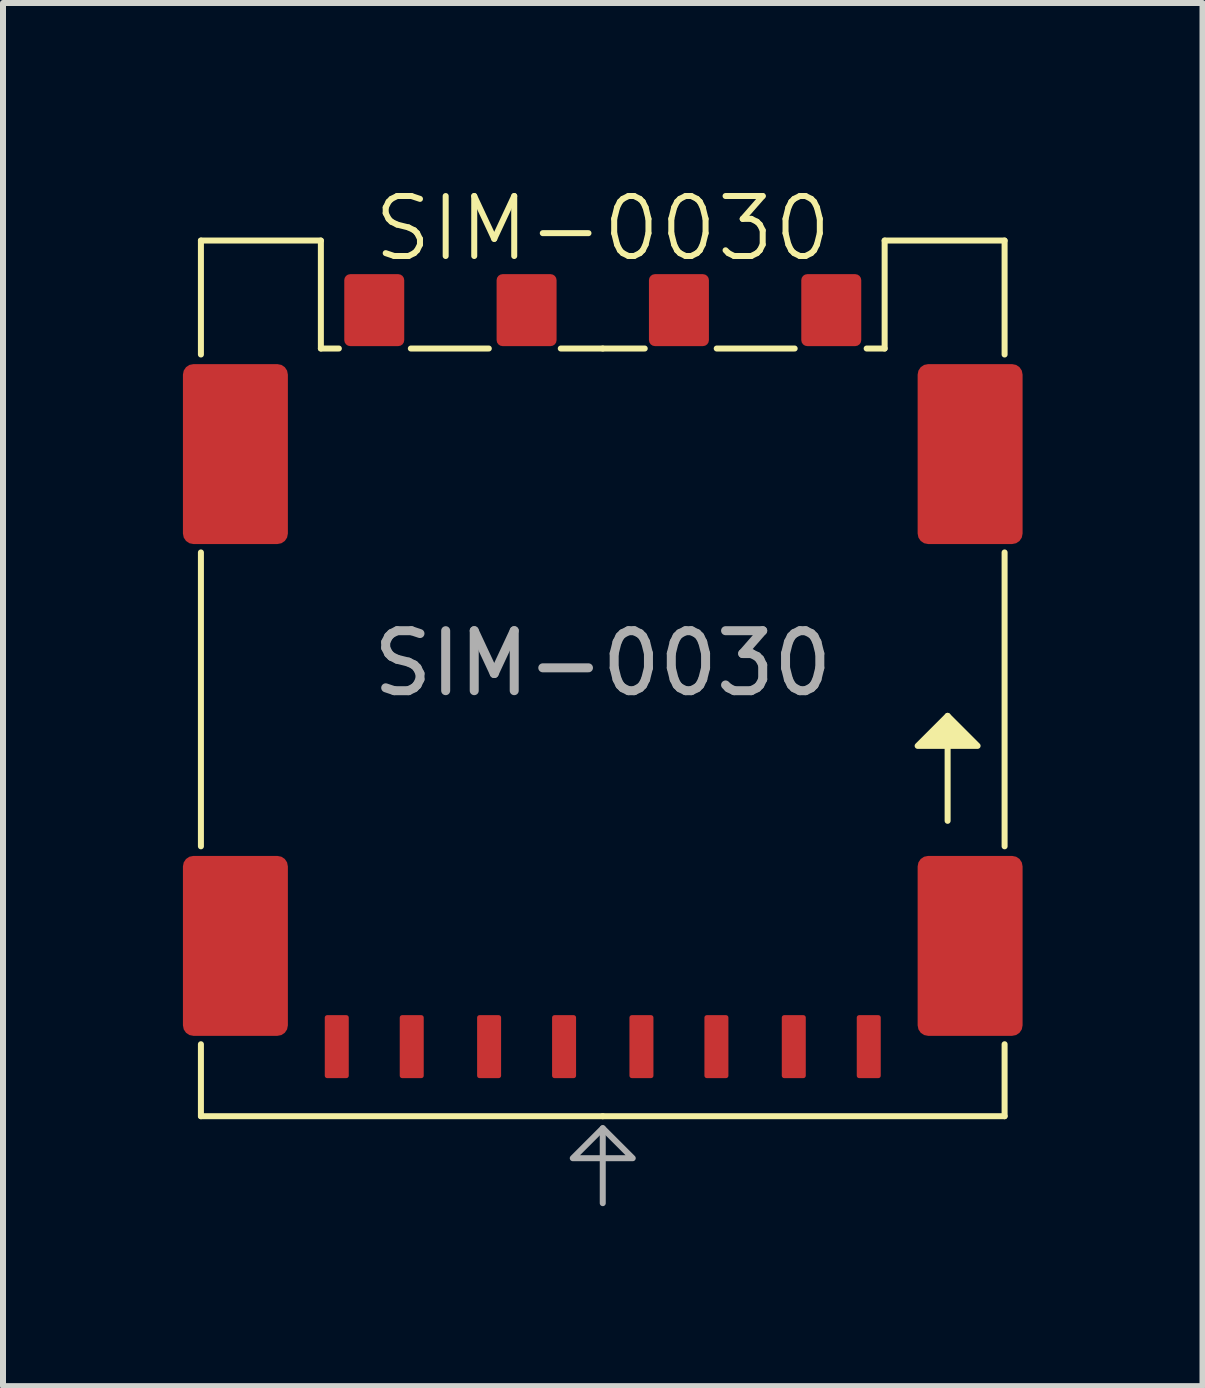
<source format=kicad_pcb>
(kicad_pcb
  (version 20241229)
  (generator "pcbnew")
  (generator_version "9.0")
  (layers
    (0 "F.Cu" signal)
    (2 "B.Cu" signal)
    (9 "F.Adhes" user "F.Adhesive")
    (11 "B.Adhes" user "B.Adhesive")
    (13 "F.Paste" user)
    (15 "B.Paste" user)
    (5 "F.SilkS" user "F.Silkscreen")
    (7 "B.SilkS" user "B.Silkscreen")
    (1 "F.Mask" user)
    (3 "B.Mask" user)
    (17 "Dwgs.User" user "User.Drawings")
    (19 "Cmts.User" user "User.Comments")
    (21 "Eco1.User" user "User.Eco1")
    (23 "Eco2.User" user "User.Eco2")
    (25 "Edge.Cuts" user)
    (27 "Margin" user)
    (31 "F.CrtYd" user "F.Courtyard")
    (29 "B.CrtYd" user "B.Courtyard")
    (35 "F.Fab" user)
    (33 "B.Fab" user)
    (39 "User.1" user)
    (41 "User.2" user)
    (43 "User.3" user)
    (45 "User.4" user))
  (footprint "SIM-0030"
    (layer "F.Cu")
    (at 7 8.261)
    (property "Reference" "SIM-0030" (at 0 -7.5 0) (unlocked yes) (layer "F.SilkS") (effects (font (size 1 1) (thickness 0.1))))
    (attr smd)
    (fp_line (start -6.7 -7.3) (end -6.7 -5.4) (stroke (width 0.1) (type default)) (layer "F.SilkS"))
    (fp_line (start -6.7 -2.1) (end -6.7 2.8) (stroke (width 0.1) (type default)) (layer "F.SilkS"))
    (fp_line (start -6.7 6.1) (end -6.7 7.3) (stroke (width 0.1) (type default)) (layer "F.SilkS"))
    (fp_line (start -6.7 7.3) (end 0 7.3) (stroke (width 0.1) (type default)) (layer "F.SilkS"))
    (fp_line (start -4.7 -7.3) (end -6.7 -7.3) (stroke (width 0.1) (type default)) (layer "F.SilkS"))
    (fp_line (start -4.7 -7.3) (end -4.7 -5.5) (stroke (width 0.1) (type default)) (layer "F.SilkS"))
    (fp_line (start -4.7 -5.5) (end -4.4 -5.5) (stroke (width 0.1) (type default)) (layer "F.SilkS"))
    (fp_line (start -3.2 -5.5) (end -1.9 -5.5) (stroke (width 0.1) (type default)) (layer "F.SilkS"))
    (fp_line (start -0.7 -5.5) (end 0 -5.5) (stroke (width 0.1) (type default)) (layer "F.SilkS"))
    (fp_line (start 0.7 -5.5) (end 0 -5.5) (stroke (width 0.1) (type default)) (layer "F.SilkS"))
    (fp_line (start 3.2 -5.5) (end 1.9 -5.5) (stroke (width 0.1) (type default)) (layer "F.SilkS"))
    (fp_line (start 4.7 -7.3) (end 4.7 -5.5) (stroke (width 0.1) (type default)) (layer "F.SilkS"))
    (fp_line (start 4.7 -7.3) (end 6.7 -7.3) (stroke (width 0.1) (type default)) (layer "F.SilkS"))
    (fp_line (start 4.7 -5.5) (end 4.4 -5.5) (stroke (width 0.1) (type default)) (layer "F.SilkS"))
    (fp_line (start 5.75 2.375) (end 5.75 0.625) (stroke (width 0.1) (type default)) (layer "F.SilkS"))
    (fp_line (start 6.7 -7.3) (end 6.7 -5.4) (stroke (width 0.1) (type default)) (layer "F.SilkS"))
    (fp_line (start 6.7 -2.1) (end 6.7 2.8) (stroke (width 0.1) (type default)) (layer "F.SilkS"))
    (fp_line (start 6.7 6.1) (end 6.7 7.3) (stroke (width 0.1) (type default)) (layer "F.SilkS"))
    (fp_line (start 6.7 7.3) (end 0 7.3) (stroke (width 0.1) (type default)) (layer "F.SilkS"))
    (fp_poly (pts (xy 5.75 0.625) (xy 5.25 1.125) (xy 6.25 1.125)) (stroke (width 0.1) (type solid)) (fill yes) (layer "F.SilkS"))
    (fp_line (start 0 8.75) (end 0 7.5) (stroke (width 0.1) (type default)) (layer "F.Fab"))
    (fp_poly (pts (xy 0 7.5) (xy -0.5 8) (xy 0.5 8)) (stroke (width 0.1) (type solid)) (fill no) (layer "F.Fab"))
    (fp_text user "${REFERENCE}" (at 0 -0.25 0) (unlocked yes) (layer "F.Fab") (effects (font (size 1 1) (thickness 0.15))))
    (pad "C1" smd roundrect (at 3.185 6.14) (size 0.4 1.05) (layers "F.Cu" "F.Mask" "F.Paste") (roundrect_rratio 0.1))
    (pad "C1" smd roundrect (at 4.435 6.14) (size 0.4 1.05) (layers "F.Cu" "F.Mask" "F.Paste") (roundrect_rratio 0.1))
    (pad "C2" smd roundrect (at 0.645 6.14) (size 0.4 1.05) (layers "F.Cu" "F.Mask" "F.Paste") (roundrect_rratio 0.1))
    (pad "C2" smd roundrect (at 1.895 6.14) (size 0.4 1.05) (layers "F.Cu" "F.Mask" "F.Paste") (roundrect_rratio 0.1))
    (pad "C3" smd roundrect (at -1.895 6.14) (size 0.4 1.05) (layers "F.Cu" "F.Mask" "F.Paste") (roundrect_rratio 0.1))
    (pad "C3" smd roundrect (at -0.645 6.14) (size 0.4 1.05) (layers "F.Cu" "F.Mask" "F.Paste") (roundrect_rratio 0.1))
    (pad "C4" smd roundrect (at -4.435 6.14) (size 0.4 1.05) (layers "F.Cu" "F.Mask" "F.Paste") (roundrect_rratio 0.1))
    (pad "C4" smd roundrect (at -3.185 6.14) (size 0.4 1.05) (layers "F.Cu" "F.Mask" "F.Paste") (roundrect_rratio 0.1))
    (pad "C5" smd roundrect (at 3.81 -6.14) (size 1 1.2) (layers "F.Cu" "F.Mask" "F.Paste") (roundrect_rratio 0.1))
    (pad "C6" smd roundrect (at 1.27 -6.14) (size 1 1.2) (layers "F.Cu" "F.Mask" "F.Paste") (roundrect_rratio 0.1))
    (pad "C7" smd roundrect (at -1.27 -6.14) (size 1 1.2) (layers "F.Cu" "F.Mask" "F.Paste") (roundrect_rratio 0.1))
    (pad "C8" smd roundrect (at -3.81 -6.14) (size 1 1.2) (layers "F.Cu" "F.Mask" "F.Paste") (roundrect_rratio 0.1))
    (pad "SH" smd roundrect (at -6.125 -3.74) (size 1.75 3) (layers "F.Cu" "F.Mask" "F.Paste") (roundrect_rratio 0.1))
    (pad "SH" smd roundrect (at -6.125 4.46) (size 1.75 3) (layers "F.Cu" "F.Mask" "F.Paste") (roundrect_rratio 0.1))
    (pad "SH" smd roundrect (at 6.125 -3.74) (size 1.75 3) (layers "F.Cu" "F.Mask" "F.Paste") (roundrect_rratio 0.1))
    (pad "SH" smd roundrect (at 6.125 4.46) (size 1.75 3) (layers "F.Cu" "F.Mask" "F.Paste") (roundrect_rratio 0.1))
    (zone (net_name "") (layer "F.Cu") (hatch edge 0.5) (connect_pads) (min_thickness 0.25) (filled_areas_thickness no) (keepout (tracks not_allowed) (vias not_allowed) (pads not_allowed) (copperpour not_allowed) (footprints allowed)) (placement (enabled no)) (fill) (polygon (pts (xy 2.5 3.76) (xy 11.5 3.76) (xy 11.5 6.011) (xy 2.5 6.011))))
    (zone (net_name "") (layer "F.Cu") (hatch edge 0.5) (connect_pads) (min_thickness 0.25) (filled_areas_thickness no) (keepout (tracks not_allowed) (vias not_allowed) (pads not_allowed) (copperpour not_allowed) (footprints allowed)) (placement (enabled no)) (fill) (polygon (pts (xy 2.5 11.261) (xy 11.5 11.261) (xy 11.5 13.261) (xy 2.5 13.261)))))
  (gr_rect
    (start -3 -3)
    (end 17 20.061)
    (stroke (width 0.1) (type default))
    (fill no)
    (layer "Edge.Cuts")))
</source>
